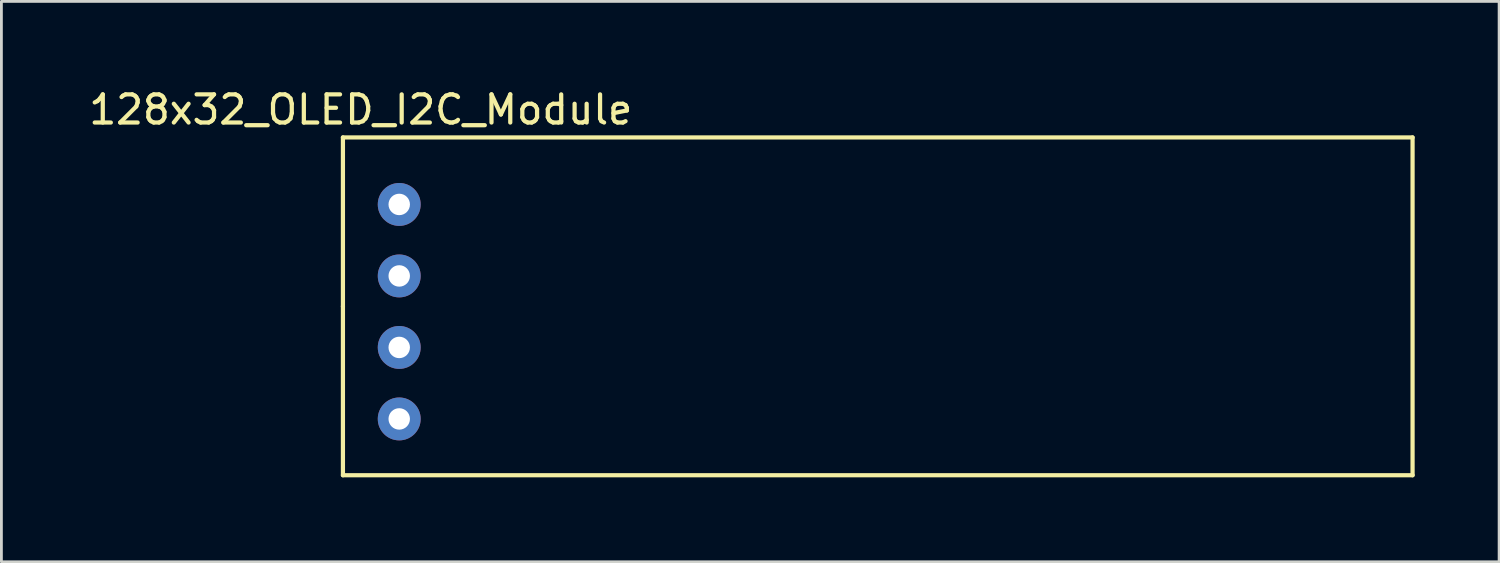
<source format=kicad_pcb>
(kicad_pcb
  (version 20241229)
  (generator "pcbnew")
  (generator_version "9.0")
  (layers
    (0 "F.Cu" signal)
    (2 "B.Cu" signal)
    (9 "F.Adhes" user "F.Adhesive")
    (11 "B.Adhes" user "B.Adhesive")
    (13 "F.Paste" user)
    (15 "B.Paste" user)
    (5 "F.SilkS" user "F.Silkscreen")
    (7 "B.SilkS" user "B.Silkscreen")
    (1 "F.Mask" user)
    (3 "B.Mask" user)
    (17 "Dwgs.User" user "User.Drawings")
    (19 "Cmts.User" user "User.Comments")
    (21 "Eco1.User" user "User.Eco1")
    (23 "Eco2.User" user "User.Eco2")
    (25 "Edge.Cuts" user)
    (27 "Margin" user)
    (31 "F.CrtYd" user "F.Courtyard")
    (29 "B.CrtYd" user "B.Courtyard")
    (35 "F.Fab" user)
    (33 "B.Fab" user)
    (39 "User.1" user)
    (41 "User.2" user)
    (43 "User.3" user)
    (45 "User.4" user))
  (footprint "128x32_OLED_I2C_Module"
    (layer "F.Cu")
    (at 9.133 7.833)
    (property "Reference" "128x32_OLED_I2C_Module" (at 0.635 -6.985 0) (layer "F.SilkS") (effects (font (size 1 1) (thickness 0.15))))
    (attr through_hole)
    (fp_line (start 0 -6) (end 38 -6) (stroke (width 0.15) (type solid)) (layer "F.SilkS"))
    (fp_line (start 0 0) (end 0 -6) (stroke (width 0.15) (type solid)) (layer "F.SilkS"))
    (fp_line (start 0 0) (end 0 6) (stroke (width 0.15) (type solid)) (layer "F.SilkS"))
    (fp_line (start 0 6) (end 38 6) (stroke (width 0.15) (type solid)) (layer "F.SilkS"))
    (fp_line (start 38 6) (end 38 -6) (stroke (width 0.15) (type solid)) (layer "F.SilkS"))
    (pad "1" thru_hole circle (at 2 -3.62) (size 1.524 1.524) (drill 0.762) (layers "*.Cu" "*.Mask"))
    (pad "2" thru_hole circle (at 2 -1.08) (size 1.524 1.524) (drill 0.762) (layers "*.Cu" "*.Mask"))
    (pad "3" thru_hole circle (at 2 1.46) (size 1.524 1.524) (drill 0.762) (layers "*.Cu" "*.Mask"))
    (pad "4" thru_hole circle (at 2 4) (size 1.524 1.524) (drill 0.762) (layers "*.Cu" "*.Mask")))
  (gr_rect
    (start -3 -3)
    (end 50.208 16.908)
    (stroke (width 0.1) (type default))
    (fill no)
    (layer "Edge.Cuts")))
</source>
